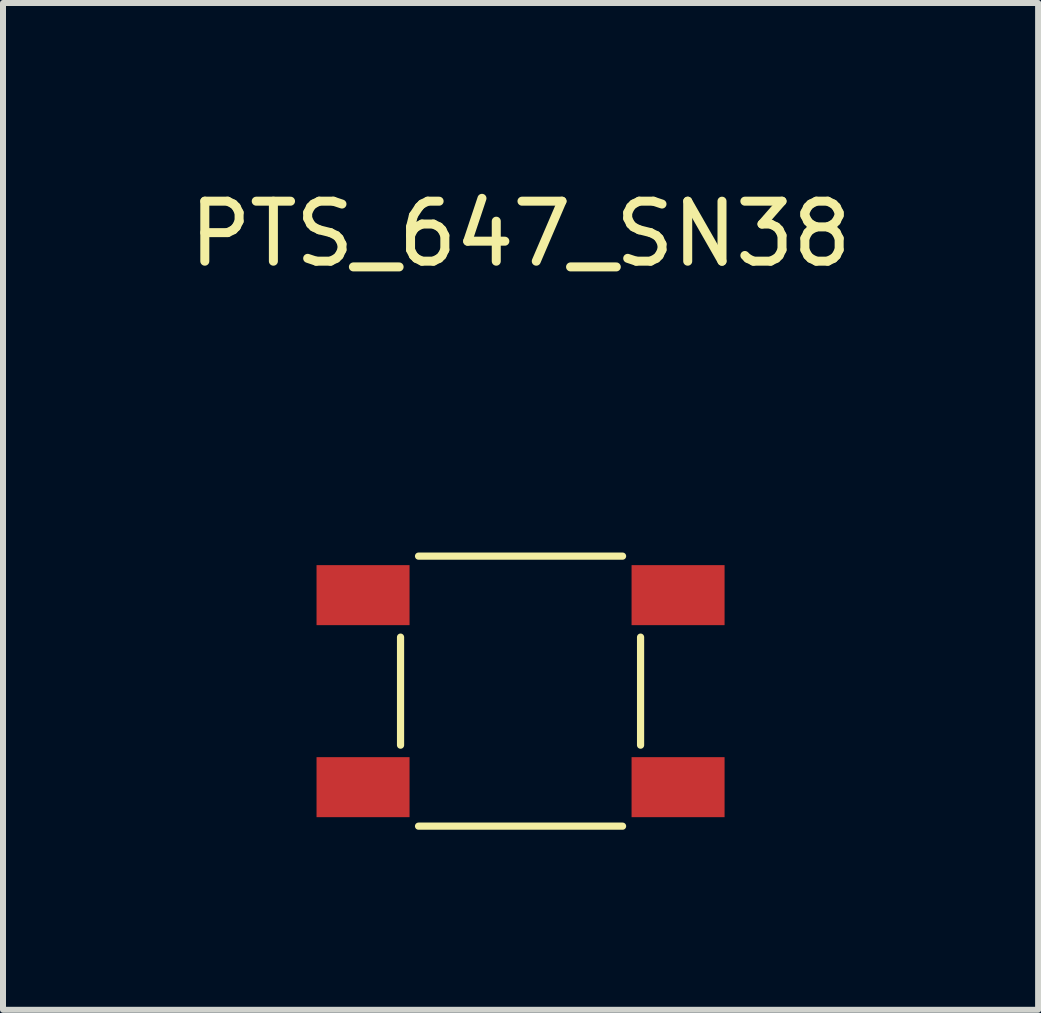
<source format=kicad_pcb>
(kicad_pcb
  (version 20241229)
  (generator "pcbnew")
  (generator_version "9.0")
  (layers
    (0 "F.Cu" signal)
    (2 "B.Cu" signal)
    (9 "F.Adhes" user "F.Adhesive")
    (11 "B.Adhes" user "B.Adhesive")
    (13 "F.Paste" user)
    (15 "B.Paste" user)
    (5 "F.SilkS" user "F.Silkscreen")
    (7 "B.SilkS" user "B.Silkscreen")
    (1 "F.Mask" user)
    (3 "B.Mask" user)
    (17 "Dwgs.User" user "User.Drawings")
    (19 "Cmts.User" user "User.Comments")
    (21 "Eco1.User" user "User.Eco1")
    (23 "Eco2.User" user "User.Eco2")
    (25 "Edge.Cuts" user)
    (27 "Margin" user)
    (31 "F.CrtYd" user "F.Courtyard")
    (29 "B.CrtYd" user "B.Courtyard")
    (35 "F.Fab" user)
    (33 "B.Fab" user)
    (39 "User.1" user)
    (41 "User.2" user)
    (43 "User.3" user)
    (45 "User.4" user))
  (footprint "PTS_647_SN38"
    (layer "F.Cu")
    (at 5.625 8.468)
    (property "Reference" "PTS_647_SN38" (at 0 -7.62 0) (layer "F.SilkS") (effects (font (size 1 1) (thickness 0.15))))
    (attr through_hole)
    (fp_line (start -2 -0.9) (end -2 0.9) (stroke (width 0.12) (type solid)) (layer "F.SilkS"))
    (fp_line (start -1.7 -2.25) (end 1.7 -2.25) (stroke (width 0.12) (type solid)) (layer "F.SilkS"))
    (fp_line (start -1.7 2.25) (end 1.7 2.25) (stroke (width 0.12) (type solid)) (layer "F.SilkS"))
    (fp_line (start 2 -0.9) (end 2 0.9) (stroke (width 0.12) (type solid)) (layer "F.SilkS"))
    (pad "1" smd rect (at -2.625 -1.6) (size 1.55 1) (layers "F.Cu" "F.Mask" "F.Paste"))
    (pad "2" smd rect (at 2.625 -1.6) (size 1.55 1) (layers "F.Cu" "F.Mask" "F.Paste"))
    (pad "3" smd rect (at -2.625 1.6) (size 1.55 1) (layers "F.Cu" "F.Mask" "F.Paste"))
    (pad "4" smd rect (at 2.625 1.6) (size 1.55 1) (layers "F.Cu" "F.Mask" "F.Paste")))
  (gr_rect
    (start -3 -3)
    (end 14.25 13.778)
    (stroke (width 0.1) (type default))
    (fill no)
    (layer "Edge.Cuts")))
</source>
